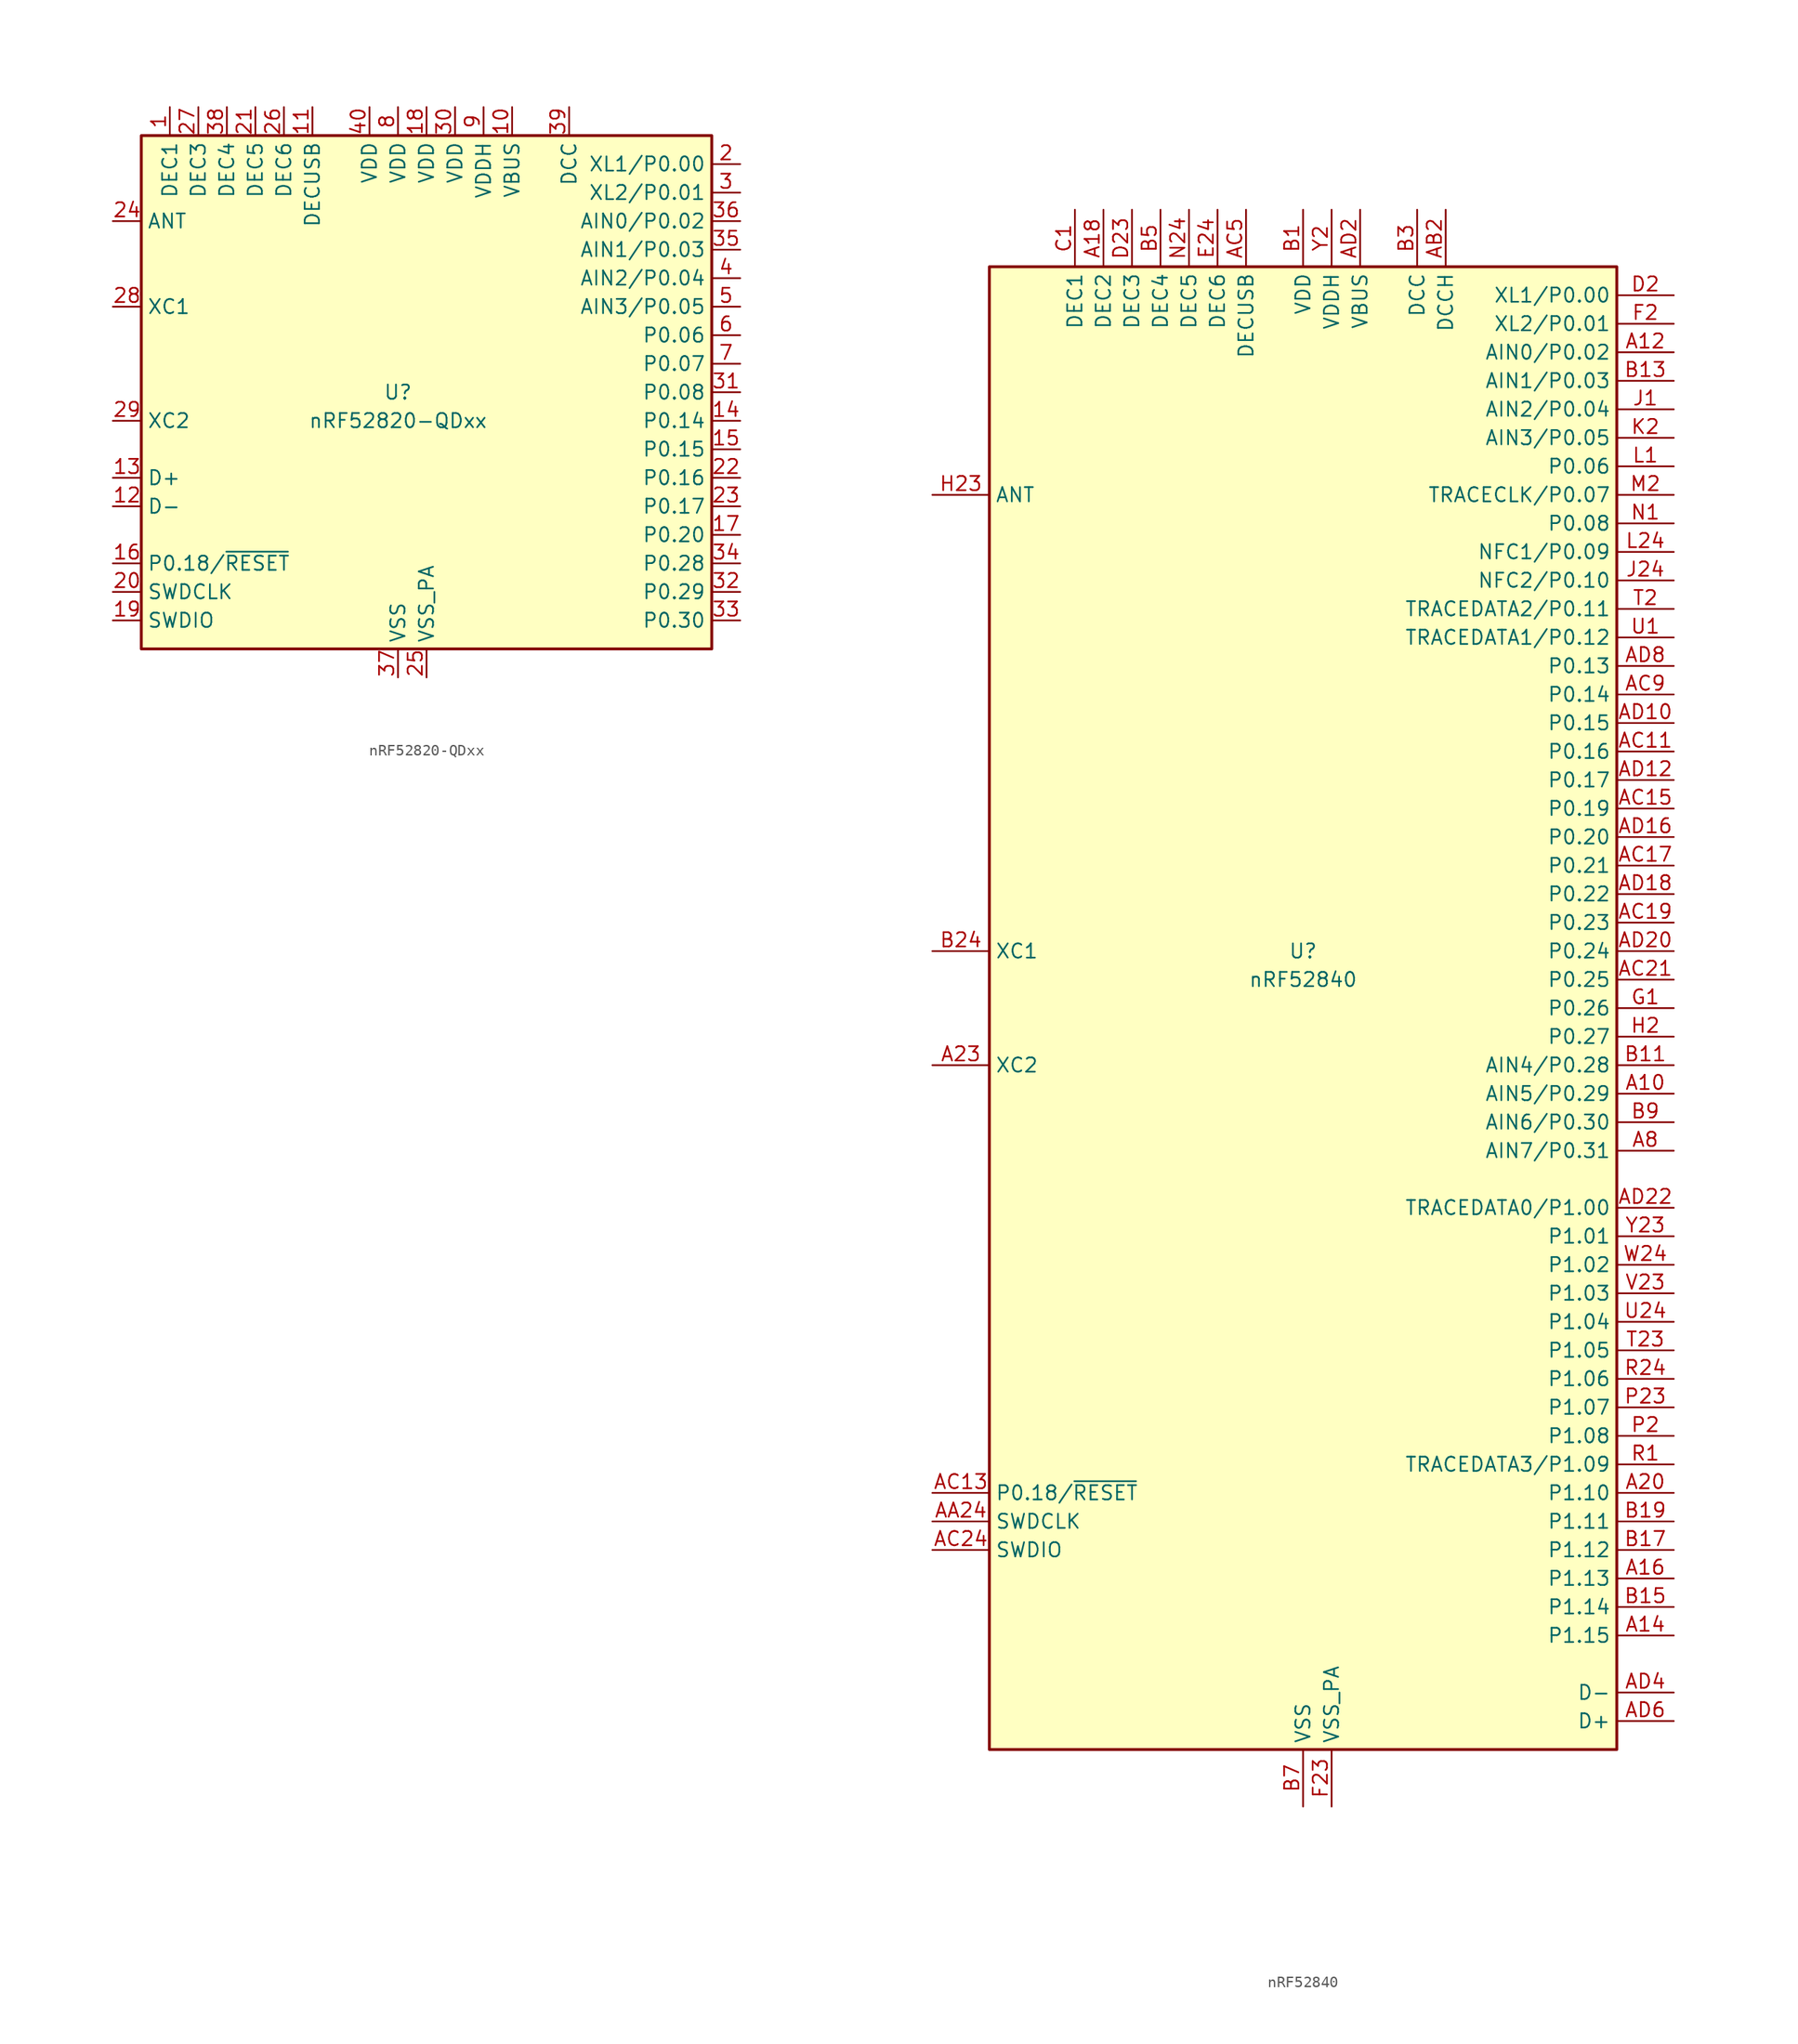
<source format=kicad_sym>
(kicad_symbol_lib
  (version 20241209)
  (generator "kicad_symbol_editor")
  (generator_version "9.0")
  (symbol "nRF52820-QDxx"
    (property "Reference" "U"
      (at -2.54 0 0)
      (effects (font (size 1.27 1.27))))
    (property "Value" "nRF52820-QDxx"
      (at -2.54 -2.54 0)
      (effects (font (size 1.27 1.27))))
    (symbol "nRF52820-QDxx_0_1"
      (rectangle (start -25.4 22.86) (end 25.4 -22.86) (stroke (width 0.254) (type default)) (fill (type background))))
    (symbol "nRF52820-QDxx_1_1"
      (pin passive line (at -27.94 15.24 0) (length 2.54) (name "ANT" (effects (font (size 1.27 1.27)))) (number "24" (effects (font (size 1.27 1.27)))))
      (pin input line (at -27.94 7.62 0) (length 2.54) (name "XC1" (effects (font (size 1.27 1.27)))) (number "28" (effects (font (size 1.27 1.27)))))
      (pin input line (at -27.94 -2.54 0) (length 2.54) (name "XC2" (effects (font (size 1.27 1.27)))) (number "29" (effects (font (size 1.27 1.27)))))
      (pin bidirectional line (at -27.94 -7.62 0) (length 2.54) (name "D+" (effects (font (size 1.27 1.27)))) (number "13" (effects (font (size 1.27 1.27)))))
      (pin bidirectional line (at -27.94 -10.16 0) (length 2.54) (name "D-" (effects (font (size 1.27 1.27)))) (number "12" (effects (font (size 1.27 1.27)))))
      (pin bidirectional line (at -27.94 -15.24 0) (length 2.54) (name "P0.18/~{RESET}" (effects (font (size 1.27 1.27)))) (number "16" (effects (font (size 1.27 1.27)))))
      (pin input line (at -27.94 -17.78 0) (length 2.54) (name "SWDCLK" (effects (font (size 1.27 1.27)))) (number "20" (effects (font (size 1.27 1.27)))))
      (pin bidirectional line (at -27.94 -20.32 0) (length 2.54) (name "SWDIO" (effects (font (size 1.27 1.27)))) (number "19" (effects (font (size 1.27 1.27)))))
      (pin passive line (at -22.86 25.4 270) (length 2.54) (name "DEC1" (effects (font (size 1.27 1.27)))) (number "1" (effects (font (size 1.27 1.27)))))
      (pin passive line (at -20.32 25.4 270) (length 2.54) (name "DEC3" (effects (font (size 1.27 1.27)))) (number "27" (effects (font (size 1.27 1.27)))))
      (pin passive line (at -17.78 25.4 270) (length 2.54) (name "DEC4" (effects (font (size 1.27 1.27)))) (number "38" (effects (font (size 1.27 1.27)))))
      (pin passive line (at -15.24 25.4 270) (length 2.54) (name "DEC5" (effects (font (size 1.27 1.27)))) (number "21" (effects (font (size 1.27 1.27)))))
      (pin passive line (at -12.7 25.4 270) (length 2.54) (name "DEC6" (effects (font (size 1.27 1.27)))) (number "26" (effects (font (size 1.27 1.27)))))
      (pin passive line (at -10.16 25.4 270) (length 2.54) (name "DECUSB" (effects (font (size 1.27 1.27)))) (number "11" (effects (font (size 1.27 1.27)))))
      (pin power_in line (at -5.08 25.4 270) (length 2.54) (name "VDD" (effects (font (size 1.27 1.27)))) (number "40" (effects (font (size 1.27 1.27)))))
      (pin power_in line (at -2.54 25.4 270) (length 2.54) (name "VDD" (effects (font (size 1.27 1.27)))) (number "8" (effects (font (size 1.27 1.27)))))
      (pin power_in line (at -2.54 -25.4 90) (length 2.54) (name "VSS" (effects (font (size 1.27 1.27)))) (number "37" (effects (font (size 1.27 1.27)))))
      (pin passive line (at -2.54 -25.4 90) (length 2.54) (hide yes) (name "VSS" (effects (font (size 1.27 1.27)))) (number "41" (effects (font (size 1.27 1.27)))))
      (pin power_in line (at 0 25.4 270) (length 2.54) (name "VDD" (effects (font (size 1.27 1.27)))) (number "18" (effects (font (size 1.27 1.27)))))
      (pin power_in line (at 0 -25.4 90) (length 2.54) (name "VSS_PA" (effects (font (size 1.27 1.27)))) (number "25" (effects (font (size 1.27 1.27)))))
      (pin power_in line (at 2.54 25.4 270) (length 2.54) (name "VDD" (effects (font (size 1.27 1.27)))) (number "30" (effects (font (size 1.27 1.27)))))
      (pin power_in line (at 5.08 25.4 270) (length 2.54) (name "VDDH" (effects (font (size 1.27 1.27)))) (number "9" (effects (font (size 1.27 1.27)))))
      (pin power_in line (at 7.62 25.4 270) (length 2.54) (name "VBUS" (effects (font (size 1.27 1.27)))) (number "10" (effects (font (size 1.27 1.27)))))
      (pin power_out line (at 12.7 25.4 270) (length 2.54) (name "DCC" (effects (font (size 1.27 1.27)))) (number "39" (effects (font (size 1.27 1.27)))))
      (pin bidirectional line (at 27.94 20.32 180) (length 2.54) (name "XL1/P0.00" (effects (font (size 1.27 1.27)))) (number "2" (effects (font (size 1.27 1.27)))))
      (pin bidirectional line (at 27.94 17.78 180) (length 2.54) (name "XL2/P0.01" (effects (font (size 1.27 1.27)))) (number "3" (effects (font (size 1.27 1.27)))))
      (pin bidirectional line (at 27.94 15.24 180) (length 2.54) (name "AIN0/P0.02" (effects (font (size 1.27 1.27)))) (number "36" (effects (font (size 1.27 1.27)))))
      (pin bidirectional line (at 27.94 12.7 180) (length 2.54) (name "AIN1/P0.03" (effects (font (size 1.27 1.27)))) (number "35" (effects (font (size 1.27 1.27)))))
      (pin bidirectional line (at 27.94 10.16 180) (length 2.54) (name "AIN2/P0.04" (effects (font (size 1.27 1.27)))) (number "4" (effects (font (size 1.27 1.27)))))
      (pin bidirectional line (at 27.94 7.62 180) (length 2.54) (name "AIN3/P0.05" (effects (font (size 1.27 1.27)))) (number "5" (effects (font (size 1.27 1.27)))))
      (pin bidirectional line (at 27.94 5.08 180) (length 2.54) (name "P0.06" (effects (font (size 1.27 1.27)))) (number "6" (effects (font (size 1.27 1.27)))))
      (pin bidirectional line (at 27.94 2.54 180) (length 2.54) (name "P0.07" (effects (font (size 1.27 1.27)))) (number "7" (effects (font (size 1.27 1.27)))))
      (pin bidirectional line (at 27.94 0 180) (length 2.54) (name "P0.08" (effects (font (size 1.27 1.27)))) (number "31" (effects (font (size 1.27 1.27)))))
      (pin bidirectional line (at 27.94 -2.54 180) (length 2.54) (name "P0.14" (effects (font (size 1.27 1.27)))) (number "14" (effects (font (size 1.27 1.27)))))
      (pin bidirectional line (at 27.94 -5.08 180) (length 2.54) (name "P0.15" (effects (font (size 1.27 1.27)))) (number "15" (effects (font (size 1.27 1.27)))))
      (pin bidirectional line (at 27.94 -7.62 180) (length 2.54) (name "P0.16" (effects (font (size 1.27 1.27)))) (number "22" (effects (font (size 1.27 1.27)))))
      (pin bidirectional line (at 27.94 -10.16 180) (length 2.54) (name "P0.17" (effects (font (size 1.27 1.27)))) (number "23" (effects (font (size 1.27 1.27)))))
      (pin bidirectional line (at 27.94 -12.7 180) (length 2.54) (name "P0.20" (effects (font (size 1.27 1.27)))) (number "17" (effects (font (size 1.27 1.27)))))
      (pin bidirectional line (at 27.94 -15.24 180) (length 2.54) (name "P0.28" (effects (font (size 1.27 1.27)))) (number "34" (effects (font (size 1.27 1.27)))))
      (pin bidirectional line (at 27.94 -17.78 180) (length 2.54) (name "P0.29" (effects (font (size 1.27 1.27)))) (number "32" (effects (font (size 1.27 1.27)))))
      (pin bidirectional line (at 27.94 -20.32 180) (length 2.54) (name "P0.30" (effects (font (size 1.27 1.27)))) (number "33" (effects (font (size 1.27 1.27)))))))
  (symbol "nRF52840"
    (property "Reference" "U"
      (at 0 5.08 0)
      (effects (font (size 1.27 1.27))))
    (property "Value" "nRF52840"
      (at 0 2.54 0)
      (effects (font (size 1.27 1.27))))
    (symbol "nRF52840_0_1"
      (rectangle (start -27.94 66.04) (end 27.94 -66.04) (stroke (width 0.254) (type default)) (fill (type background))))
    (symbol "nRF52840_1_1"
      (pin passive line (at -33.02 45.72 0) (length 5.08) (name "ANT" (effects (font (size 1.27 1.27)))) (number "H23" (effects (font (size 1.27 1.27)))))
      (pin input line (at -33.02 5.08 0) (length 5.08) (name "XC1" (effects (font (size 1.27 1.27)))) (number "B24" (effects (font (size 1.27 1.27)))))
      (pin input line (at -33.02 -5.08 0) (length 5.08) (name "XC2" (effects (font (size 1.27 1.27)))) (number "A23" (effects (font (size 1.27 1.27)))))
      (pin bidirectional line (at -33.02 -43.18 0) (length 5.08) (name "P0.18/~{RESET}" (effects (font (size 1.27 1.27)))) (number "AC13" (effects (font (size 1.27 1.27)))))
      (pin input line (at -33.02 -45.72 0) (length 5.08) (name "SWDCLK" (effects (font (size 1.27 1.27)))) (number "AA24" (effects (font (size 1.27 1.27)))))
      (pin bidirectional line (at -33.02 -48.26 0) (length 5.08) (name "SWDIO" (effects (font (size 1.27 1.27)))) (number "AC24" (effects (font (size 1.27 1.27)))))
      (pin passive line (at -20.32 71.12 270) (length 5.08) (name "DEC1" (effects (font (size 1.27 1.27)))) (number "C1" (effects (font (size 1.27 1.27)))))
      (pin passive line (at -17.78 71.12 270) (length 5.08) (name "DEC2" (effects (font (size 1.27 1.27)))) (number "A18" (effects (font (size 1.27 1.27)))))
      (pin passive line (at -15.24 71.12 270) (length 5.08) (name "DEC3" (effects (font (size 1.27 1.27)))) (number "D23" (effects (font (size 1.27 1.27)))))
      (pin passive line (at -12.7 71.12 270) (length 5.08) (name "DEC4" (effects (font (size 1.27 1.27)))) (number "B5" (effects (font (size 1.27 1.27)))))
      (pin passive line (at -10.16 71.12 270) (length 5.08) (name "DEC5" (effects (font (size 1.27 1.27)))) (number "N24" (effects (font (size 1.27 1.27)))))
      (pin passive line (at -7.62 71.12 270) (length 5.08) (name "DEC6" (effects (font (size 1.27 1.27)))) (number "E24" (effects (font (size 1.27 1.27)))))
      (pin passive line (at -5.08 71.12 270) (length 5.08) (name "DECUSB" (effects (font (size 1.27 1.27)))) (number "AC5" (effects (font (size 1.27 1.27)))))
      (pin passive line (at 0 71.12 270) (length 5.08) (hide yes) (name "VDD" (effects (font (size 1.27 1.27)))) (number "A22" (effects (font (size 1.27 1.27)))))
      (pin passive line (at 0 71.12 270) (length 5.08) (hide yes) (name "VDD" (effects (font (size 1.27 1.27)))) (number "AD14" (effects (font (size 1.27 1.27)))))
      (pin passive line (at 0 71.12 270) (length 5.08) (hide yes) (name "VDD" (effects (font (size 1.27 1.27)))) (number "AD23" (effects (font (size 1.27 1.27)))))
      (pin power_in line (at 0 71.12 270) (length 5.08) (name "VDD" (effects (font (size 1.27 1.27)))) (number "B1" (effects (font (size 1.27 1.27)))))
      (pin passive line (at 0 71.12 270) (length 5.08) (hide yes) (name "VDD" (effects (font (size 1.27 1.27)))) (number "W1" (effects (font (size 1.27 1.27)))))
      (pin power_in line (at 0 -71.12 90) (length 5.08) (name "VSS" (effects (font (size 1.27 1.27)))) (number "B7" (effects (font (size 1.27 1.27)))))
      (pin passive line (at 0 -71.12 90) (length 5.08) (hide yes) (name "VSS" (effects (font (size 1.27 1.27)))) (number "EP" (effects (font (size 1.27 1.27)))))
      (pin power_in line (at 2.54 71.12 270) (length 5.08) (name "VDDH" (effects (font (size 1.27 1.27)))) (number "Y2" (effects (font (size 1.27 1.27)))))
      (pin power_in line (at 2.54 -71.12 90) (length 5.08) (name "VSS_PA" (effects (font (size 1.27 1.27)))) (number "F23" (effects (font (size 1.27 1.27)))))
      (pin power_in line (at 5.08 71.12 270) (length 5.08) (name "VBUS" (effects (font (size 1.27 1.27)))) (number "AD2" (effects (font (size 1.27 1.27)))))
      (pin power_out line (at 10.16 71.12 270) (length 5.08) (name "DCC" (effects (font (size 1.27 1.27)))) (number "B3" (effects (font (size 1.27 1.27)))))
      (pin power_out line (at 12.7 71.12 270) (length 5.08) (name "DCCH" (effects (font (size 1.27 1.27)))) (number "AB2" (effects (font (size 1.27 1.27)))))
      (pin bidirectional line (at 33.02 63.5 180) (length 5.08) (name "XL1/P0.00" (effects (font (size 1.27 1.27)))) (number "D2" (effects (font (size 1.27 1.27)))))
      (pin bidirectional line (at 33.02 60.96 180) (length 5.08) (name "XL2/P0.01" (effects (font (size 1.27 1.27)))) (number "F2" (effects (font (size 1.27 1.27)))))
      (pin bidirectional line (at 33.02 58.42 180) (length 5.08) (name "AIN0/P0.02" (effects (font (size 1.27 1.27)))) (number "A12" (effects (font (size 1.27 1.27)))))
      (pin bidirectional line (at 33.02 55.88 180) (length 5.08) (name "AIN1/P0.03" (effects (font (size 1.27 1.27)))) (number "B13" (effects (font (size 1.27 1.27)))))
      (pin bidirectional line (at 33.02 53.34 180) (length 5.08) (name "AIN2/P0.04" (effects (font (size 1.27 1.27)))) (number "J1" (effects (font (size 1.27 1.27)))))
      (pin bidirectional line (at 33.02 50.8 180) (length 5.08) (name "AIN3/P0.05" (effects (font (size 1.27 1.27)))) (number "K2" (effects (font (size 1.27 1.27)))))
      (pin bidirectional line (at 33.02 48.26 180) (length 5.08) (name "P0.06" (effects (font (size 1.27 1.27)))) (number "L1" (effects (font (size 1.27 1.27)))))
      (pin bidirectional line (at 33.02 45.72 180) (length 5.08) (name "TRACECLK/P0.07" (effects (font (size 1.27 1.27)))) (number "M2" (effects (font (size 1.27 1.27)))))
      (pin bidirectional line (at 33.02 43.18 180) (length 5.08) (name "P0.08" (effects (font (size 1.27 1.27)))) (number "N1" (effects (font (size 1.27 1.27)))))
      (pin bidirectional line (at 33.02 40.64 180) (length 5.08) (name "NFC1/P0.09" (effects (font (size 1.27 1.27)))) (number "L24" (effects (font (size 1.27 1.27)))))
      (pin bidirectional line (at 33.02 38.1 180) (length 5.08) (name "NFC2/P0.10" (effects (font (size 1.27 1.27)))) (number "J24" (effects (font (size 1.27 1.27)))))
      (pin bidirectional line (at 33.02 35.56 180) (length 5.08) (name "TRACEDATA2/P0.11" (effects (font (size 1.27 1.27)))) (number "T2" (effects (font (size 1.27 1.27)))))
      (pin bidirectional line (at 33.02 33.02 180) (length 5.08) (name "TRACEDATA1/P0.12" (effects (font (size 1.27 1.27)))) (number "U1" (effects (font (size 1.27 1.27)))))
      (pin bidirectional line (at 33.02 30.48 180) (length 5.08) (name "P0.13" (effects (font (size 1.27 1.27)))) (number "AD8" (effects (font (size 1.27 1.27)))))
      (pin bidirectional line (at 33.02 27.94 180) (length 5.08) (name "P0.14" (effects (font (size 1.27 1.27)))) (number "AC9" (effects (font (size 1.27 1.27)))))
      (pin bidirectional line (at 33.02 25.4 180) (length 5.08) (name "P0.15" (effects (font (size 1.27 1.27)))) (number "AD10" (effects (font (size 1.27 1.27)))))
      (pin bidirectional line (at 33.02 22.86 180) (length 5.08) (name "P0.16" (effects (font (size 1.27 1.27)))) (number "AC11" (effects (font (size 1.27 1.27)))))
      (pin bidirectional line (at 33.02 20.32 180) (length 5.08) (name "P0.17" (effects (font (size 1.27 1.27)))) (number "AD12" (effects (font (size 1.27 1.27)))))
      (pin bidirectional line (at 33.02 17.78 180) (length 5.08) (name "P0.19" (effects (font (size 1.27 1.27)))) (number "AC15" (effects (font (size 1.27 1.27)))))
      (pin bidirectional line (at 33.02 15.24 180) (length 5.08) (name "P0.20" (effects (font (size 1.27 1.27)))) (number "AD16" (effects (font (size 1.27 1.27)))))
      (pin bidirectional line (at 33.02 12.7 180) (length 5.08) (name "P0.21" (effects (font (size 1.27 1.27)))) (number "AC17" (effects (font (size 1.27 1.27)))))
      (pin bidirectional line (at 33.02 10.16 180) (length 5.08) (name "P0.22" (effects (font (size 1.27 1.27)))) (number "AD18" (effects (font (size 1.27 1.27)))))
      (pin bidirectional line (at 33.02 7.62 180) (length 5.08) (name "P0.23" (effects (font (size 1.27 1.27)))) (number "AC19" (effects (font (size 1.27 1.27)))))
      (pin bidirectional line (at 33.02 5.08 180) (length 5.08) (name "P0.24" (effects (font (size 1.27 1.27)))) (number "AD20" (effects (font (size 1.27 1.27)))))
      (pin bidirectional line (at 33.02 2.54 180) (length 5.08) (name "P0.25" (effects (font (size 1.27 1.27)))) (number "AC21" (effects (font (size 1.27 1.27)))))
      (pin bidirectional line (at 33.02 0 180) (length 5.08) (name "P0.26" (effects (font (size 1.27 1.27)))) (number "G1" (effects (font (size 1.27 1.27)))))
      (pin bidirectional line (at 33.02 -2.54 180) (length 5.08) (name "P0.27" (effects (font (size 1.27 1.27)))) (number "H2" (effects (font (size 1.27 1.27)))))
      (pin bidirectional line (at 33.02 -5.08 180) (length 5.08) (name "AIN4/P0.28" (effects (font (size 1.27 1.27)))) (number "B11" (effects (font (size 1.27 1.27)))))
      (pin bidirectional line (at 33.02 -7.62 180) (length 5.08) (name "AIN5/P0.29" (effects (font (size 1.27 1.27)))) (number "A10" (effects (font (size 1.27 1.27)))))
      (pin bidirectional line (at 33.02 -10.16 180) (length 5.08) (name "AIN6/P0.30" (effects (font (size 1.27 1.27)))) (number "B9" (effects (font (size 1.27 1.27)))))
      (pin bidirectional line (at 33.02 -12.7 180) (length 5.08) (name "AIN7/P0.31" (effects (font (size 1.27 1.27)))) (number "A8" (effects (font (size 1.27 1.27)))))
      (pin bidirectional line (at 33.02 -17.78 180) (length 5.08) (name "TRACEDATA0/P1.00" (effects (font (size 1.27 1.27)))) (number "AD22" (effects (font (size 1.27 1.27)))))
      (pin bidirectional line (at 33.02 -20.32 180) (length 5.08) (name "P1.01" (effects (font (size 1.27 1.27)))) (number "Y23" (effects (font (size 1.27 1.27)))))
      (pin bidirectional line (at 33.02 -22.86 180) (length 5.08) (name "P1.02" (effects (font (size 1.27 1.27)))) (number "W24" (effects (font (size 1.27 1.27)))))
      (pin bidirectional line (at 33.02 -25.4 180) (length 5.08) (name "P1.03" (effects (font (size 1.27 1.27)))) (number "V23" (effects (font (size 1.27 1.27)))))
      (pin bidirectional line (at 33.02 -27.94 180) (length 5.08) (name "P1.04" (effects (font (size 1.27 1.27)))) (number "U24" (effects (font (size 1.27 1.27)))))
      (pin bidirectional line (at 33.02 -30.48 180) (length 5.08) (name "P1.05" (effects (font (size 1.27 1.27)))) (number "T23" (effects (font (size 1.27 1.27)))))
      (pin bidirectional line (at 33.02 -33.02 180) (length 5.08) (name "P1.06" (effects (font (size 1.27 1.27)))) (number "R24" (effects (font (size 1.27 1.27)))))
      (pin bidirectional line (at 33.02 -35.56 180) (length 5.08) (name "P1.07" (effects (font (size 1.27 1.27)))) (number "P23" (effects (font (size 1.27 1.27)))))
      (pin bidirectional line (at 33.02 -38.1 180) (length 5.08) (name "P1.08" (effects (font (size 1.27 1.27)))) (number "P2" (effects (font (size 1.27 1.27)))))
      (pin bidirectional line (at 33.02 -40.64 180) (length 5.08) (name "TRACEDATA3/P1.09" (effects (font (size 1.27 1.27)))) (number "R1" (effects (font (size 1.27 1.27)))))
      (pin bidirectional line (at 33.02 -43.18 180) (length 5.08) (name "P1.10" (effects (font (size 1.27 1.27)))) (number "A20" (effects (font (size 1.27 1.27)))))
      (pin bidirectional line (at 33.02 -45.72 180) (length 5.08) (name "P1.11" (effects (font (size 1.27 1.27)))) (number "B19" (effects (font (size 1.27 1.27)))))
      (pin bidirectional line (at 33.02 -48.26 180) (length 5.08) (name "P1.12" (effects (font (size 1.27 1.27)))) (number "B17" (effects (font (size 1.27 1.27)))))
      (pin bidirectional line (at 33.02 -50.8 180) (length 5.08) (name "P1.13" (effects (font (size 1.27 1.27)))) (number "A16" (effects (font (size 1.27 1.27)))))
      (pin bidirectional line (at 33.02 -53.34 180) (length 5.08) (name "P1.14" (effects (font (size 1.27 1.27)))) (number "B15" (effects (font (size 1.27 1.27)))))
      (pin bidirectional line (at 33.02 -55.88 180) (length 5.08) (name "P1.15" (effects (font (size 1.27 1.27)))) (number "A14" (effects (font (size 1.27 1.27)))))
      (pin bidirectional line (at 33.02 -60.96 180) (length 5.08) (name "D-" (effects (font (size 1.27 1.27)))) (number "AD4" (effects (font (size 1.27 1.27)))))
      (pin bidirectional line (at 33.02 -63.5 180) (length 5.08) (name "D+" (effects (font (size 1.27 1.27)))) (number "AD6" (effects (font (size 1.27 1.27))))))))
</source>
